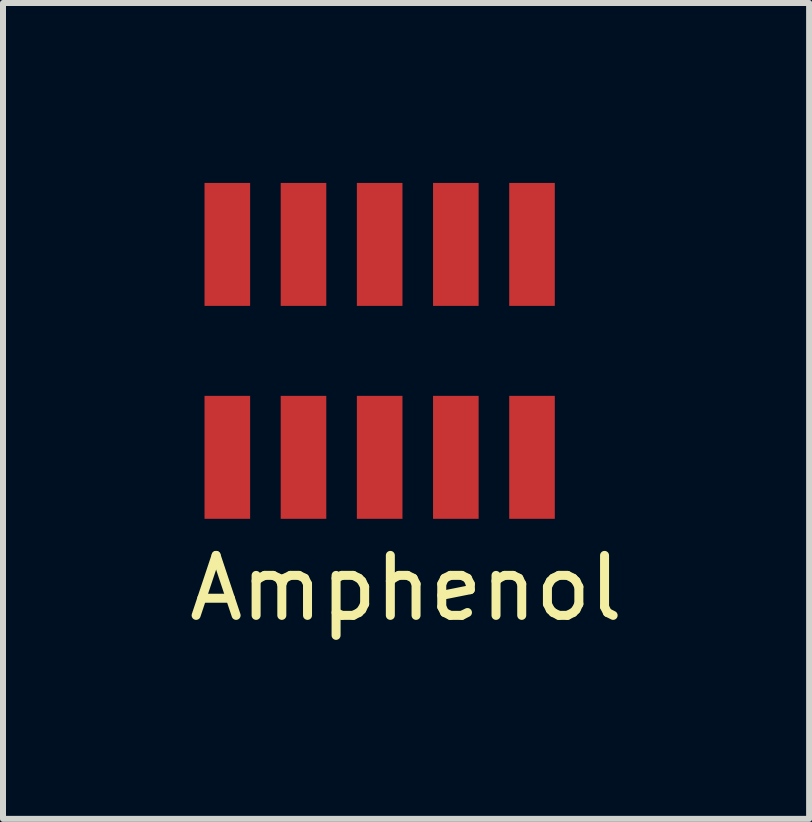
<source format=kicad_pcb>
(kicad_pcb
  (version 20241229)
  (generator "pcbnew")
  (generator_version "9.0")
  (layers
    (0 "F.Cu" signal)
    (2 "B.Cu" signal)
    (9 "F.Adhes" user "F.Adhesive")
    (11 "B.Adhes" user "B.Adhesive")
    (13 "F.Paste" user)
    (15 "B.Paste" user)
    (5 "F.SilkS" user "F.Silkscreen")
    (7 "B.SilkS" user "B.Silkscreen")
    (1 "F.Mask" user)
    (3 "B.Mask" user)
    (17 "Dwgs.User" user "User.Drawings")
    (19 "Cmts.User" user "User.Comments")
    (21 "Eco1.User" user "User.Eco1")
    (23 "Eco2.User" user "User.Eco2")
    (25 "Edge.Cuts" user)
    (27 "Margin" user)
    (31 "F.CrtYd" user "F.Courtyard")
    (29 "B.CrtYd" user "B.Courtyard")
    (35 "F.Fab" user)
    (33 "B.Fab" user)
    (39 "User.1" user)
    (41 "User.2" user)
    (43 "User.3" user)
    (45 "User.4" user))
  (footprint "Amphenol"
    (layer "F.Cu")
    (at 0.74 4.575)
    (property "Reference" "Amphenol" (at 2.98 2.18 0) (layer "F.SilkS") (effects (font (size 1 1) (thickness 0.15))))
    (attr through_hole)
    (pad "1" smd rect (at 0 -3.55) (size 0.76 2.05) (layers "F.Cu" "F.Mask" "F.Paste"))
    (pad "2" smd rect (at 0 0) (size 0.76 2.05) (layers "F.Cu" "F.Mask" "F.Paste"))
    (pad "3" smd rect (at 1.27 -3.55) (size 0.76 2.05) (layers "F.Cu" "F.Mask" "F.Paste"))
    (pad "4" smd rect (at 1.27 0) (size 0.76 2.05) (layers "F.Cu" "F.Mask" "F.Paste"))
    (pad "5" smd rect (at 2.54 -3.55) (size 0.76 2.05) (layers "F.Cu" "F.Mask" "F.Paste"))
    (pad "6" smd rect (at 2.54 0) (size 0.76 2.05) (layers "F.Cu" "F.Mask" "F.Paste"))
    (pad "7" smd rect (at 3.81 -3.55) (size 0.76 2.05) (layers "F.Cu" "F.Mask" "F.Paste"))
    (pad "8" smd rect (at 3.81 0) (size 0.76 2.05) (layers "F.Cu" "F.Mask" "F.Paste"))
    (pad "9" smd rect (at 5.08 -3.55) (size 0.76 2.05) (layers "F.Cu" "F.Mask" "F.Paste"))
    (pad "10" smd rect (at 5.08 0) (size 0.76 2.05) (layers "F.Cu" "F.Mask" "F.Paste")))
  (gr_rect
    (start -3 -3)
    (end 10.44 10.603)
    (stroke (width 0.1) (type default))
    (fill no)
    (layer "Edge.Cuts")))
</source>
